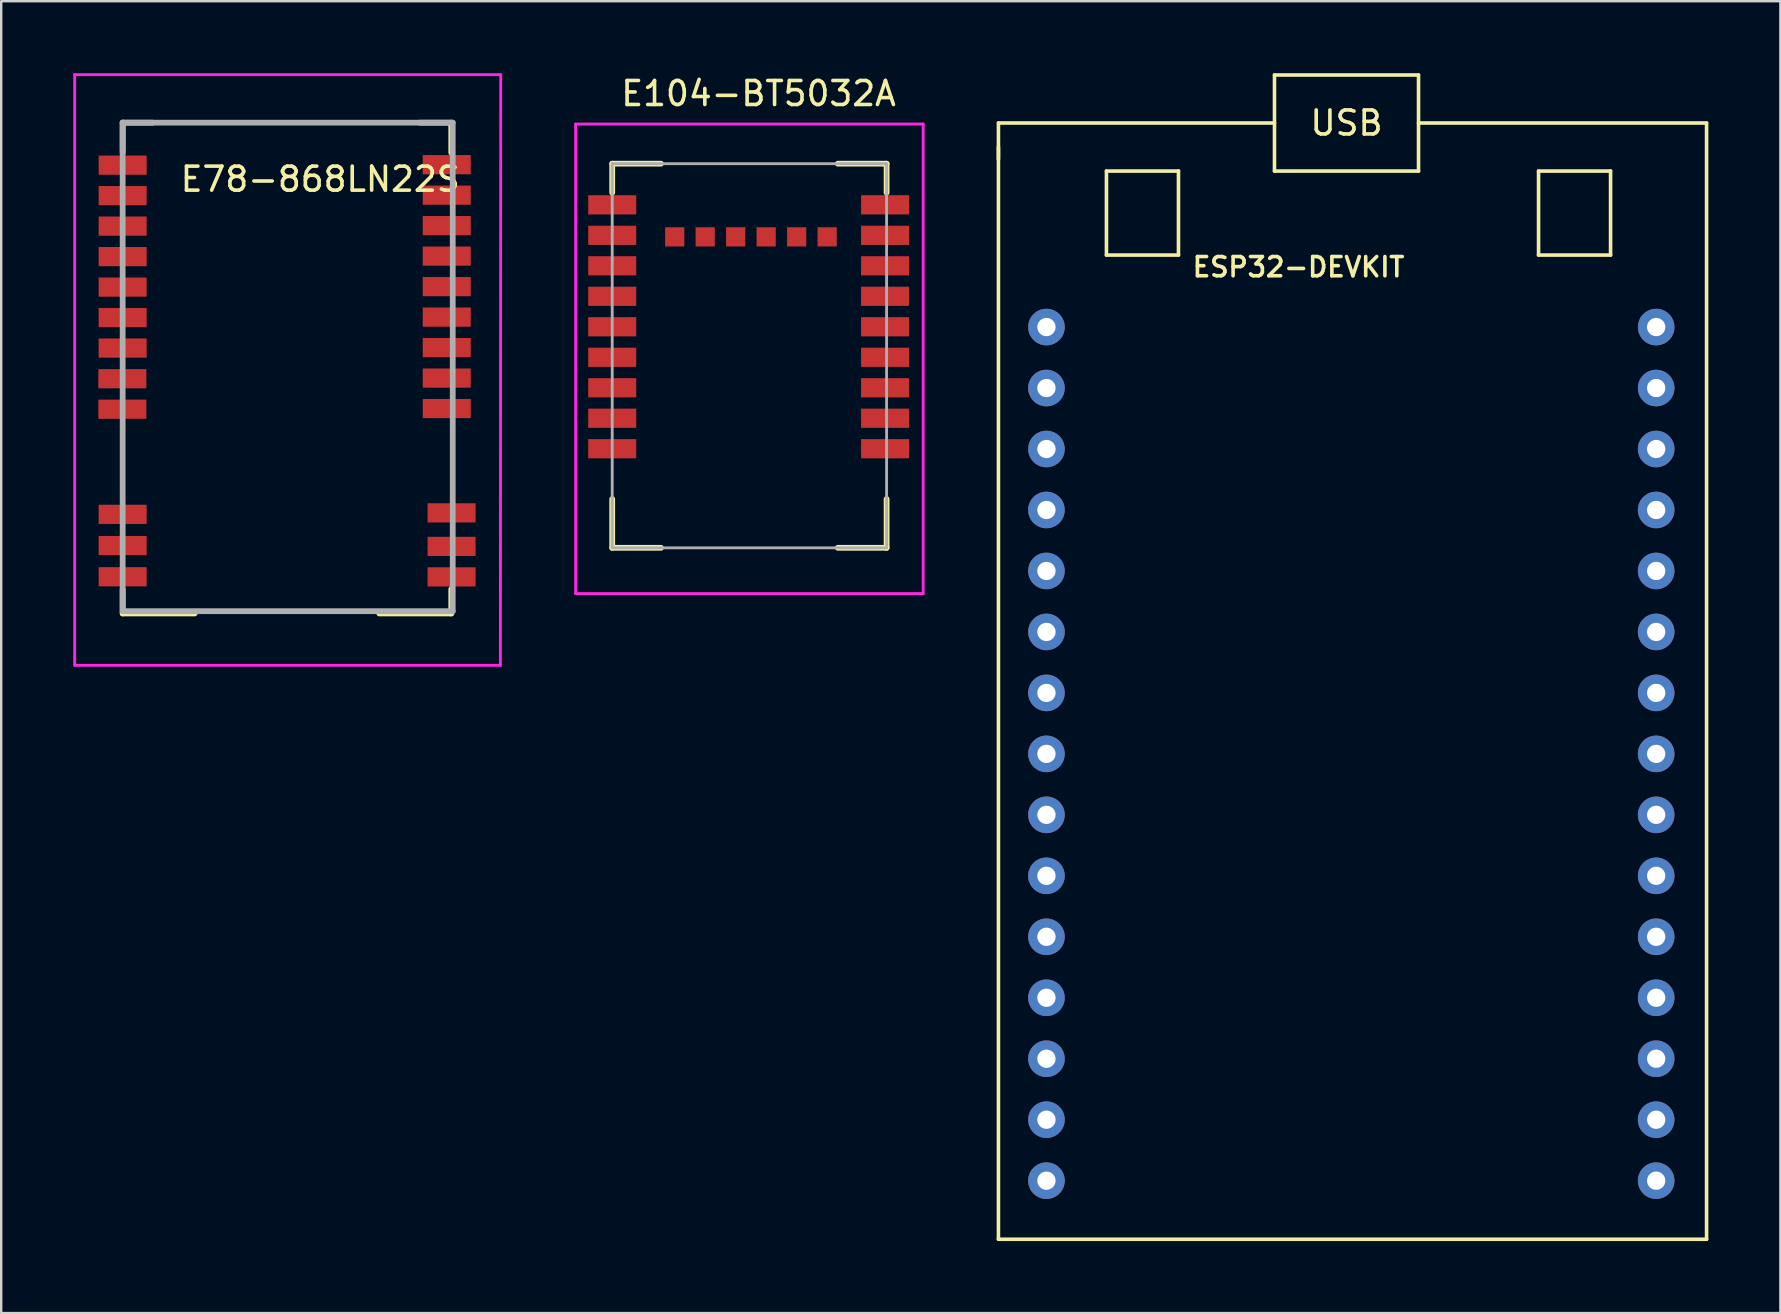
<source format=kicad_pcb>
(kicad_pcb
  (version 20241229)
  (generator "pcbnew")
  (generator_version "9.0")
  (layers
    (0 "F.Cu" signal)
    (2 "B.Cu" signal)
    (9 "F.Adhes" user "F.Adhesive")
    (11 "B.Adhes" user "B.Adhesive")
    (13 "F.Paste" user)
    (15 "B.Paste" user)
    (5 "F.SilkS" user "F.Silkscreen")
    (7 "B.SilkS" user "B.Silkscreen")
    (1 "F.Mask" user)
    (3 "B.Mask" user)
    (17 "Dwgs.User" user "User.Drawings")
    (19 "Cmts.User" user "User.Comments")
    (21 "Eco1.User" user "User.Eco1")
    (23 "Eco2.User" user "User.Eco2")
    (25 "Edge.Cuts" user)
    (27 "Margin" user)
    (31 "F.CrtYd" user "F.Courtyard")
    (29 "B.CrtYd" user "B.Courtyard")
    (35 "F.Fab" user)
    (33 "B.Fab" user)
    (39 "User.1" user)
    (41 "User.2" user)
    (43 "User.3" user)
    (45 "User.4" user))
  (footprint "E78-868LN22S"
    (layer "F.Cu")
    (at 10.81 16.41)
    (property "Reference" "E78-868LN22S" (at -0.52 -11.995 0) (layer "F.SilkS") (effects (font (size 1 1) (thickness 0.15))))
    (attr smd)
    (fp_line (start -8.75 -14.35) (end -8.75 -13.1) (stroke (width 0.24) (type solid)) (layer "F.SilkS"))
    (fp_line (start -8.75 5.08) (end -8.75 6.095) (stroke (width 0.24) (type solid)) (layer "F.SilkS"))
    (fp_line (start -8.75 6.095) (end -5.75 6.095) (stroke (width 0.24) (type solid)) (layer "F.SilkS"))
    (fp_line (start -7.5 -14.35) (end -8.75 -14.35) (stroke (width 0.24) (type solid)) (layer "F.SilkS"))
    (fp_line (start 1.94 6.095) (end 4.94 6.095) (stroke (width 0.24) (type solid)) (layer "F.SilkS"))
    (fp_line (start 4.94 -14.35) (end 3.64 -14.35) (stroke (width 0.24) (type solid)) (layer "F.SilkS"))
    (fp_line (start 4.94 -14.35) (end 4.94 -13.1) (stroke (width 0.24) (type solid)) (layer "F.SilkS"))
    (fp_line (start 4.94 6.095) (end 4.94 5.08) (stroke (width 0.24) (type solid)) (layer "F.SilkS"))
    (fp_line (start -10.75 -16.35) (end -10.75 8.255) (stroke (width 0.12) (type solid)) (layer "F.CrtYd"))
    (fp_line (start -10.75 8.255) (end 6.985 8.255) (stroke (width 0.12) (type solid)) (layer "F.CrtYd"))
    (fp_line (start 6.985 8.255) (end 7 -16.35) (stroke (width 0.12) (type solid)) (layer "F.CrtYd"))
    (fp_line (start 7 -16.35) (end -10.75 -16.35) (stroke (width 0.12) (type solid)) (layer "F.CrtYd"))
    (fp_line (start -8.75 -14.35) (end -8.75 6) (stroke (width 0.24) (type solid)) (layer "F.Fab"))
    (fp_line (start -8.75 6) (end 5 6) (stroke (width 0.24) (type solid)) (layer "F.Fab"))
    (fp_line (start 5 -14.35) (end -8.75 -14.35) (stroke (width 0.24) (type solid)) (layer "F.Fab"))
    (fp_line (start 5 6) (end 5 -14.35) (stroke (width 0.24) (type solid)) (layer "F.Fab"))
    (pad "1" smd rect (at -8.75 -12.58) (size 2 0.8) (layers "F.Cu" "F.Mask" "F.Paste"))
    (pad "2" smd rect (at -8.75 -11.31) (size 2 0.8) (layers "F.Cu" "F.Mask" "F.Paste"))
    (pad "3" smd rect (at -8.75 -10.04) (size 2 0.8) (layers "F.Cu" "F.Mask" "F.Paste"))
    (pad "4" smd rect (at -8.75 -8.77) (size 2 0.8) (layers "F.Cu" "F.Mask" "F.Paste"))
    (pad "5" smd rect (at -8.75 -7.5) (size 2 0.8) (layers "F.Cu" "F.Mask" "F.Paste"))
    (pad "6" smd rect (at -8.75 -6.23) (size 2 0.8) (layers "F.Cu" "F.Mask" "F.Paste"))
    (pad "7" smd rect (at -8.75 -4.96) (size 2 0.8) (layers "F.Cu" "F.Mask" "F.Paste"))
    (pad "8" smd rect (at -8.763 -3.683) (size 2 0.8) (layers "F.Cu" "F.Mask" "F.Paste"))
    (pad "9" smd rect (at -8.763 -2.413) (size 2 0.8) (layers "F.Cu" "F.Mask" "F.Paste"))
    (pad "10" smd rect (at -8.75 1.967) (size 2 0.8) (layers "F.Cu" "F.Mask" "F.Paste"))
    (pad "11" smd rect (at -8.75 3.267) (size 2 0.8) (layers "F.Cu" "F.Mask" "F.Paste"))
    (pad "12" smd rect (at -8.75 4.567) (size 2 0.8) (layers "F.Cu" "F.Mask" "F.Paste"))
    (pad "13" smd rect (at 4.953 4.572) (size 2 0.8) (layers "F.Cu" "F.Mask" "F.Paste"))
    (pad "14" smd rect (at 4.953 3.302) (size 2 0.8) (layers "F.Cu" "F.Mask" "F.Paste"))
    (pad "15" smd rect (at 4.953 1.905) (size 2 0.8) (layers "F.Cu" "F.Mask" "F.Paste"))
    (pad "16" smd rect (at 4.75 -2.44) (size 2 0.8) (layers "F.Cu" "F.Mask" "F.Paste"))
    (pad "17" smd rect (at 4.75 -3.71) (size 2 0.8) (layers "F.Cu" "F.Mask" "F.Paste"))
    (pad "18" smd rect (at 4.75 -4.98) (size 2 0.8) (layers "F.Cu" "F.Mask" "F.Paste"))
    (pad "19" smd rect (at 4.75 -6.25) (size 2 0.8) (layers "F.Cu" "F.Mask" "F.Paste"))
    (pad "20" smd rect (at 4.75 -7.52) (size 2 0.8) (layers "F.Cu" "F.Mask" "F.Paste"))
    (pad "21" smd rect (at 4.75 -8.79) (size 2 0.8) (layers "F.Cu" "F.Mask" "F.Paste"))
    (pad "22" smd rect (at 4.75 -10.06) (size 2 0.8) (layers "F.Cu" "F.Mask" "F.Paste"))
    (pad "23" smd rect (at 4.75 -11.33) (size 2 0.8) (layers "F.Cu" "F.Mask" "F.Paste"))
    (pad "24" smd rect (at 4.75 -12.6) (size 2 0.8) (layers "F.Cu" "F.Mask" "F.Paste")))
  (footprint "E104-BT5032A"
    (layer "F.Cu")
    (at 29.82 24.343)
    (property "Reference" "E104-BT5032A" (at -1.27 -23.495 0) (layer "F.SilkS") (effects (font (size 1 1) (thickness 0.15))))
    (attr through_hole)
    (fp_line (start -7.366 -20.574) (end -7.366 -19.367) (stroke (width 0.24) (type solid)) (layer "F.SilkS"))
    (fp_line (start -7.366 -20.574) (end -5.334 -20.574) (stroke (width 0.24) (type solid)) (layer "F.SilkS"))
    (fp_line (start -7.366 -4.572) (end -7.366 -6.604) (stroke (width 0.24) (type solid)) (layer "F.SilkS"))
    (fp_line (start -7.366 -4.572) (end -5.334 -4.572) (stroke (width 0.24) (type solid)) (layer "F.SilkS"))
    (fp_line (start 4.064 -20.574) (end 2.032 -20.574) (stroke (width 0.24) (type solid)) (layer "F.SilkS"))
    (fp_line (start 4.064 -20.574) (end 4.064 -19.367) (stroke (width 0.24) (type solid)) (layer "F.SilkS"))
    (fp_line (start 4.064 -4.572) (end 2.032 -4.572) (stroke (width 0.24) (type solid)) (layer "F.SilkS"))
    (fp_line (start 4.064 -4.572) (end 4.064 -6.604) (stroke (width 0.24) (type solid)) (layer "F.SilkS"))
    (fp_line (start -8.89 -22.225) (end 5.588 -22.225) (stroke (width 0.12) (type solid)) (layer "F.CrtYd"))
    (fp_line (start -8.89 -2.667) (end -8.89 -22.225) (stroke (width 0.12) (type solid)) (layer "F.CrtYd"))
    (fp_line (start 5.588 -22.225) (end 5.588 -2.667) (stroke (width 0.12) (type solid)) (layer "F.CrtYd"))
    (fp_line (start 5.588 -2.667) (end -8.89 -2.667) (stroke (width 0.12) (type solid)) (layer "F.CrtYd"))
    (fp_line (start -7.366 -20.574) (end -7.366 -4.572) (stroke (width 0.12) (type solid)) (layer "F.Fab"))
    (fp_line (start -7.366 -4.572) (end 4.064 -4.572) (stroke (width 0.12) (type solid)) (layer "F.Fab"))
    (fp_line (start 4.064 -20.574) (end -7.366 -20.574) (stroke (width 0.12) (type solid)) (layer "F.Fab"))
    (fp_line (start 4.064 -4.572) (end 4.064 -20.574) (stroke (width 0.12) (type solid)) (layer "F.Fab"))
    (pad "1" smd rect (at 4 -8.7) (size 2 0.8) (layers "F.Cu" "F.Mask" "F.Paste"))
    (pad "2" smd rect (at 4 -9.97) (size 2 0.8) (layers "F.Cu" "F.Mask" "F.Paste"))
    (pad "3" smd rect (at 4 -11.239) (size 2 0.8) (layers "F.Cu" "F.Mask" "F.Paste"))
    (pad "4" smd rect (at 4 -12.509) (size 2 0.8) (layers "F.Cu" "F.Mask" "F.Paste"))
    (pad "5" smd rect (at 4 -13.78) (size 2 0.8) (layers "F.Cu" "F.Mask" "F.Paste"))
    (pad "6" smd rect (at 4 -15.05) (size 2 0.8) (layers "F.Cu" "F.Mask" "F.Paste"))
    (pad "7" smd rect (at 4 -16.32) (size 2 0.8) (layers "F.Cu" "F.Mask" "F.Paste"))
    (pad "8" smd rect (at 4 -17.59) (size 2 0.8) (layers "F.Cu" "F.Mask" "F.Paste"))
    (pad "9" smd rect (at 4 -18.86) (size 2 0.8) (layers "F.Cu" "F.Mask" "F.Paste"))
    (pad "10" smd rect (at 1.587 -17.526) (size 0.8 0.8) (layers "F.Cu" "F.Mask" "F.Paste"))
    (pad "11" smd rect (at 0.318 -17.526) (size 0.8 0.8) (layers "F.Cu" "F.Mask" "F.Paste"))
    (pad "12" smd rect (at -0.953 -17.526) (size 0.8 0.8) (layers "F.Cu" "F.Mask" "F.Paste"))
    (pad "13" smd rect (at -2.223 -17.526) (size 0.8 0.8) (layers "F.Cu" "F.Mask" "F.Paste"))
    (pad "14" smd rect (at -3.493 -17.526) (size 0.8 0.8) (layers "F.Cu" "F.Mask" "F.Paste"))
    (pad "15" smd rect (at -4.763 -17.526) (size 0.8 0.8) (layers "F.Cu" "F.Mask" "F.Paste"))
    (pad "16" smd rect (at -7.366 -18.86) (size 2 0.8) (layers "F.Cu" "F.Mask" "F.Paste"))
    (pad "17" smd rect (at -7.366 -17.59) (size 2 0.8) (layers "F.Cu" "F.Mask" "F.Paste"))
    (pad "18" smd rect (at -7.366 -16.32) (size 2 0.8) (layers "F.Cu" "F.Mask" "F.Paste"))
    (pad "19" smd rect (at -7.366 -15.05) (size 2 0.8) (layers "F.Cu" "F.Mask" "F.Paste"))
    (pad "20" smd rect (at -7.366 -13.78) (size 2 0.8) (layers "F.Cu" "F.Mask" "F.Paste"))
    (pad "21" smd rect (at -7.366 -12.509) (size 2 0.8) (layers "F.Cu" "F.Mask" "F.Paste"))
    (pad "22" smd rect (at -7.366 -11.239) (size 2 0.8) (layers "F.Cu" "F.Mask" "F.Paste"))
    (pad "23" smd rect (at -7.366 -9.97) (size 2 0.8) (layers "F.Cu" "F.Mask" "F.Paste"))
    (pad "24" smd rect (at -7.366 -8.7) (size 2 0.8) (layers "F.Cu" "F.Mask" "F.Paste")))
  (footprint "ESP32-DEVKIT"
    (layer "F.Cu")
    (at 51.043 14.075)
    (property "Reference" "ESP32-DEVKIT" (at 0 -6 0) (layer "F.SilkS") (effects (font (size 0.8 0.8) (thickness 0.15))))
    (attr through_hole)
    (fp_line (start -12.5 -12) (end -12.5 -10.5) (stroke (width 0.15) (type solid)) (layer "F.SilkS"))
    (fp_line (start -12.5 -11) (end -12.5 34.5) (stroke (width 0.15) (type solid)) (layer "F.SilkS"))
    (fp_line (start -12.5 34.5) (end 17 34.5) (stroke (width 0.15) (type solid)) (layer "F.SilkS"))
    (fp_line (start -8 -10) (end -8 -6.5) (stroke (width 0.15) (type solid)) (layer "F.SilkS"))
    (fp_line (start -8 -6.5) (end -5 -6.5) (stroke (width 0.15) (type solid)) (layer "F.SilkS"))
    (fp_line (start -5 -10) (end -8 -10) (stroke (width 0.15) (type solid)) (layer "F.SilkS"))
    (fp_line (start -5 -6.5) (end -5 -10) (stroke (width 0.15) (type solid)) (layer "F.SilkS"))
    (fp_line (start -1 -14) (end -1 -10) (stroke (width 0.15) (type solid)) (layer "F.SilkS"))
    (fp_line (start -1 -12) (end -12.5 -12) (stroke (width 0.15) (type solid)) (layer "F.SilkS"))
    (fp_line (start -1 -10) (end 5 -10) (stroke (width 0.15) (type solid)) (layer "F.SilkS"))
    (fp_line (start 5 -14) (end -1 -14) (stroke (width 0.15) (type solid)) (layer "F.SilkS"))
    (fp_line (start 5 -10) (end 5 -14) (stroke (width 0.15) (type solid)) (layer "F.SilkS"))
    (fp_line (start 10 -10) (end 10 -6.5) (stroke (width 0.15) (type solid)) (layer "F.SilkS"))
    (fp_line (start 10 -6.5) (end 13 -6.5) (stroke (width 0.15) (type solid)) (layer "F.SilkS"))
    (fp_line (start 13 -10) (end 10 -10) (stroke (width 0.15) (type solid)) (layer "F.SilkS"))
    (fp_line (start 13 -6.5) (end 13 -10) (stroke (width 0.15) (type solid)) (layer "F.SilkS"))
    (fp_line (start 17 -12) (end 5 -12) (stroke (width 0.15) (type solid)) (layer "F.SilkS"))
    (fp_line (start 17 34.5) (end 17 -12) (stroke (width 0.15) (type solid)) (layer "F.SilkS"))
    (fp_text user "USB" (at 2 -12 0) (layer "F.SilkS") (effects (font (size 1 1) (thickness 0.15))))
    (pad "1" thru_hole circle (at -10.5 -3.5) (size 1.524 1.524) (drill 0.762) (layers "*.Cu" "*.Mask"))
    (pad "2" thru_hole circle (at -10.5 -0.96) (size 1.524 1.524) (drill 0.762) (layers "*.Cu" "*.Mask"))
    (pad "3" thru_hole circle (at -10.5 1.58) (size 1.524 1.524) (drill 0.762) (layers "*.Cu" "*.Mask"))
    (pad "4" thru_hole circle (at -10.5 4.12) (size 1.524 1.524) (drill 0.762) (layers "*.Cu" "*.Mask"))
    (pad "5" thru_hole circle (at -10.5 6.66) (size 1.524 1.524) (drill 0.762) (layers "*.Cu" "*.Mask"))
    (pad "6" thru_hole circle (at -10.5 9.2) (size 1.524 1.524) (drill 0.762) (layers "*.Cu" "*.Mask"))
    (pad "7" thru_hole circle (at -10.5 11.74) (size 1.524 1.524) (drill 0.762) (layers "*.Cu" "*.Mask"))
    (pad "8" thru_hole circle (at -10.5 14.28) (size 1.524 1.524) (drill 0.762) (layers "*.Cu" "*.Mask"))
    (pad "9" thru_hole circle (at -10.5 16.82) (size 1.524 1.524) (drill 0.762) (layers "*.Cu" "*.Mask"))
    (pad "10" thru_hole circle (at -10.5 19.36) (size 1.524 1.524) (drill 0.762) (layers "*.Cu" "*.Mask"))
    (pad "11" thru_hole circle (at -10.5 21.9) (size 1.524 1.524) (drill 0.762) (layers "*.Cu" "*.Mask"))
    (pad "12" thru_hole circle (at -10.5 24.44) (size 1.524 1.524) (drill 0.762) (layers "*.Cu" "*.Mask"))
    (pad "13" thru_hole circle (at -10.5 26.98) (size 1.524 1.524) (drill 0.762) (layers "*.Cu" "*.Mask"))
    (pad "14" thru_hole circle (at -10.5 29.52) (size 1.524 1.524) (drill 0.762) (layers "*.Cu" "*.Mask"))
    (pad "15" thru_hole circle (at -10.5 32.06) (size 1.524 1.524) (drill 0.762) (layers "*.Cu" "*.Mask"))
    (pad "16" thru_hole circle (at 14.9 -3.5) (size 1.524 1.524) (drill 0.762) (layers "*.Cu" "*.Mask"))
    (pad "17" thru_hole circle (at 14.9 -0.96) (size 1.524 1.524) (drill 0.762) (layers "*.Cu" "*.Mask"))
    (pad "18" thru_hole circle (at 14.9 1.58) (size 1.524 1.524) (drill 0.762) (layers "*.Cu" "*.Mask"))
    (pad "19" thru_hole circle (at 14.9 4.12) (size 1.524 1.524) (drill 0.762) (layers "*.Cu" "*.Mask"))
    (pad "20" thru_hole circle (at 14.9 6.66) (size 1.524 1.524) (drill 0.762) (layers "*.Cu" "*.Mask"))
    (pad "21" thru_hole circle (at 14.9 9.2) (size 1.524 1.524) (drill 0.762) (layers "*.Cu" "*.Mask"))
    (pad "22" thru_hole circle (at 14.9 11.74) (size 1.524 1.524) (drill 0.762) (layers "*.Cu" "*.Mask"))
    (pad "23" thru_hole circle (at 14.9 14.28) (size 1.524 1.524) (drill 0.762) (layers "*.Cu" "*.Mask"))
    (pad "24" thru_hole circle (at 14.9 16.82) (size 1.524 1.524) (drill 0.762) (layers "*.Cu" "*.Mask"))
    (pad "25" thru_hole circle (at 14.9 19.36) (size 1.524 1.524) (drill 0.762) (layers "*.Cu" "*.Mask"))
    (pad "26" thru_hole circle (at 14.9 21.9) (size 1.524 1.524) (drill 0.762) (layers "*.Cu" "*.Mask"))
    (pad "27" thru_hole circle (at 14.9 24.44) (size 1.524 1.524) (drill 0.762) (layers "*.Cu" "*.Mask"))
    (pad "28" thru_hole circle (at 14.9 26.98) (size 1.524 1.524) (drill 0.762) (layers "*.Cu" "*.Mask"))
    (pad "29" thru_hole circle (at 14.9 29.52) (size 1.524 1.524) (drill 0.762) (layers "*.Cu" "*.Mask"))
    (pad "30" thru_hole circle (at 14.9 32.06) (size 1.524 1.524) (drill 0.762) (layers "*.Cu" "*.Mask")))
  (gr_rect
    (start -3 -3)
    (end 71.118 51.65)
    (stroke (width 0.1) (type default))
    (fill no)
    (layer "Edge.Cuts")))
</source>
